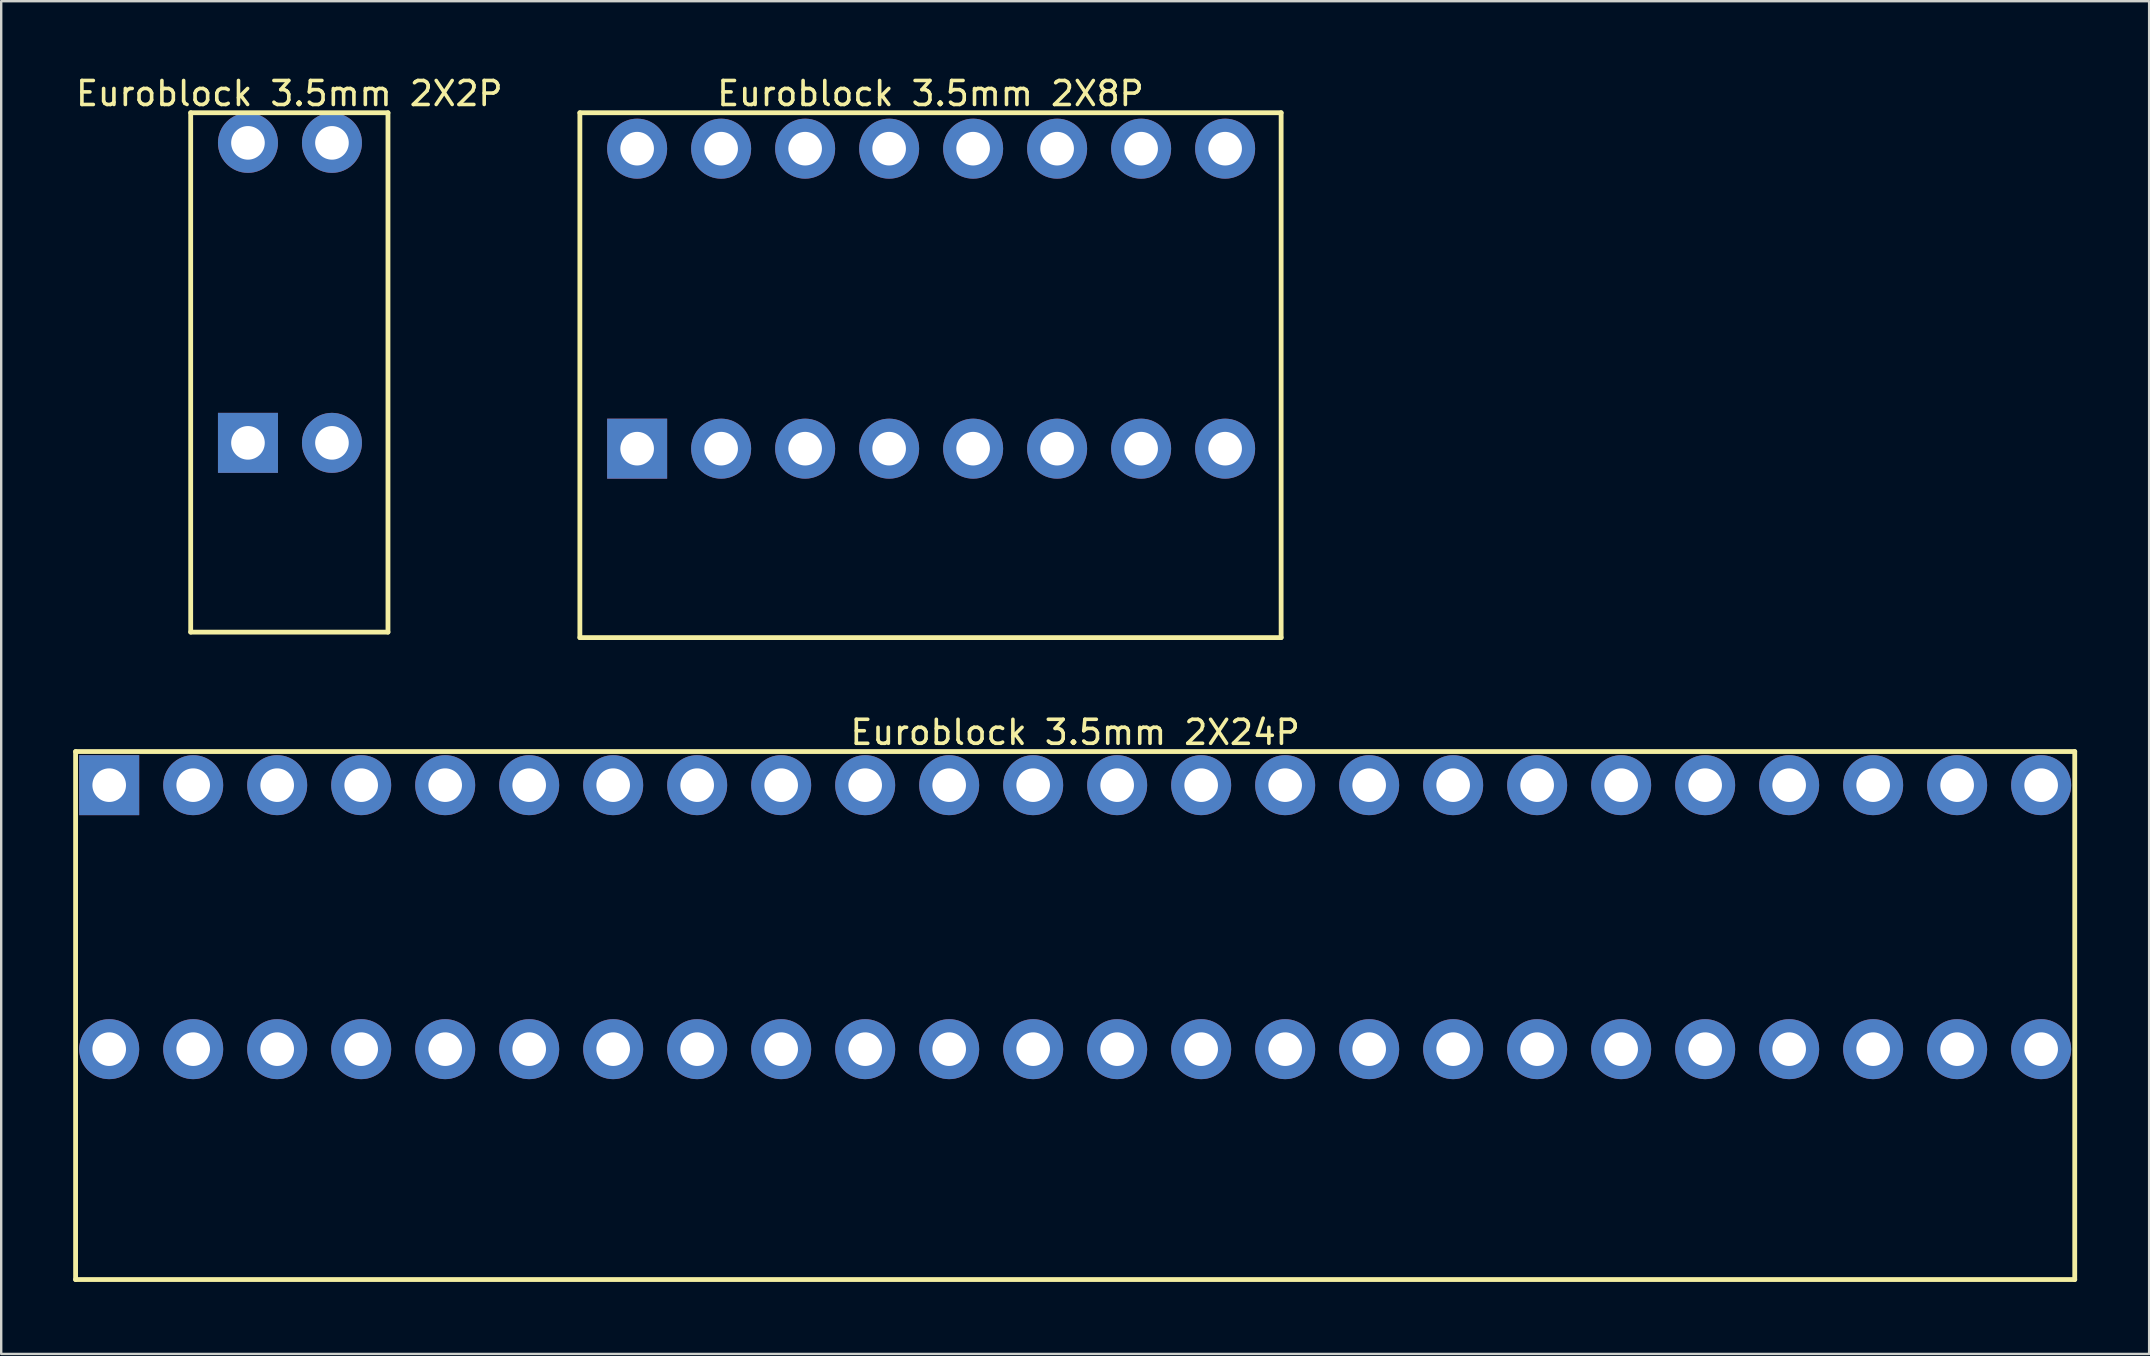
<source format=kicad_pcb>
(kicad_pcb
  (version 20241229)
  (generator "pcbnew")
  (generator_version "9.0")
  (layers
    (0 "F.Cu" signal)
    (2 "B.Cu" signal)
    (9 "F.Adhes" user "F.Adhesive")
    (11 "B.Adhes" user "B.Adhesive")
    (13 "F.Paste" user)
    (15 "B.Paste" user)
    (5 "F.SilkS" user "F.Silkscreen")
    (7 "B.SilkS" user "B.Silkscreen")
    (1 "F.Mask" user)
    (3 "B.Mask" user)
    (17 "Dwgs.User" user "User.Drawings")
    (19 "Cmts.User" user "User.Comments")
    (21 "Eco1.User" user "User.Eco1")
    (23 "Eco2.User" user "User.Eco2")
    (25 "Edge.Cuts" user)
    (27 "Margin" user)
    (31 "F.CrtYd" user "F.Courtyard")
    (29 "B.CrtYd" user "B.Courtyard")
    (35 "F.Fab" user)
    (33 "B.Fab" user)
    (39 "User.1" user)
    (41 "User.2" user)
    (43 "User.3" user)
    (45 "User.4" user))
  (footprint "Euroblock 3.5mm 2X8P"
    (layer "F.Cu")
    (at 35.748 9.395)
    (property "Reference" "Euroblock 3.5mm 2X8P" (at -0.026 -8.547 0) (layer "F.SilkS") (effects (font (size 1 1) (thickness 0.15))))
    (fp_line (start -14.636 -7.747) (end 14.584 -7.747) (stroke (width 0.2) (type solid)) (layer "F.SilkS"))
    (fp_line (start -14.636 14.122) (end -14.636 -7.747) (stroke (width 0.2) (type solid)) (layer "F.SilkS"))
    (fp_line (start -14.636 14.122) (end 14.584 14.122) (stroke (width 0.2) (type solid)) (layer "F.SilkS"))
    (fp_line (start 14.584 14.122) (end 14.584 -7.747) (stroke (width 0.2) (type solid)) (layer "F.SilkS"))
    (pad "1" thru_hole rect (at -12.25 6.25) (size 2.5 2.5) (drill 1.4) (layers "*.Cu" "*.Mask"))
    (pad "2" thru_hole circle (at -12.25 -6.25) (size 2.5 2.5) (drill 1.4) (layers "*.Cu" "*.Mask"))
    (pad "3" thru_hole circle (at -8.75 6.25) (size 2.5 2.5) (drill 1.4) (layers "*.Cu" "*.Mask"))
    (pad "4" thru_hole circle (at -8.75 -6.25) (size 2.5 2.5) (drill 1.4) (layers "*.Cu" "*.Mask"))
    (pad "5" thru_hole circle (at -5.25 6.25) (size 2.5 2.5) (drill 1.4) (layers "*.Cu" "*.Mask"))
    (pad "6" thru_hole circle (at -5.25 -6.25) (size 2.5 2.5) (drill 1.4) (layers "*.Cu" "*.Mask"))
    (pad "7" thru_hole circle (at -1.75 6.25) (size 2.5 2.5) (drill 1.4) (layers "*.Cu" "*.Mask"))
    (pad "8" thru_hole circle (at -1.75 -6.25) (size 2.5 2.5) (drill 1.4) (layers "*.Cu" "*.Mask"))
    (pad "9" thru_hole circle (at 1.75 6.25) (size 2.5 2.5) (drill 1.4) (layers "*.Cu" "*.Mask"))
    (pad "10" thru_hole circle (at 1.75 -6.25) (size 2.5 2.5) (drill 1.4) (layers "*.Cu" "*.Mask"))
    (pad "11" thru_hole circle (at 5.25 6.25) (size 2.5 2.5) (drill 1.4) (layers "*.Cu" "*.Mask"))
    (pad "12" thru_hole circle (at 5.25 -6.25) (size 2.5 2.5) (drill 1.4) (layers "*.Cu" "*.Mask"))
    (pad "13" thru_hole circle (at 8.75 6.25) (size 2.5 2.5) (drill 1.4) (layers "*.Cu" "*.Mask"))
    (pad "14" thru_hole circle (at 8.75 -6.25) (size 2.5 2.5) (drill 1.4) (layers "*.Cu" "*.Mask"))
    (pad "15" thru_hole circle (at 12.25 6.25) (size 2.5 2.5) (drill 1.4) (layers "*.Cu" "*.Mask"))
    (pad "16" thru_hole circle (at 12.25 -6.25) (size 2.5 2.5) (drill 1.4) (layers "*.Cu" "*.Mask")))
  (footprint "Euroblock 3.5mm 2X24P"
    (layer "F.Cu")
    (at 41.75 35.166)
    (property "Reference" "Euroblock 3.5mm 2X24P" (at 0 -7.7 0) (layer "F.SilkS") (effects (font (size 1 1) (thickness 0.15))))
    (fp_line (start -41.65 -6.9) (end 41.65 -6.9) (stroke (width 0.2) (type solid)) (layer "F.SilkS"))
    (fp_line (start -41.65 15.1) (end -41.65 -6.9) (stroke (width 0.2) (type solid)) (layer "F.SilkS"))
    (fp_line (start -41.65 15.1) (end 41.65 15.1) (stroke (width 0.2) (type solid)) (layer "F.SilkS"))
    (fp_line (start 41.65 15.1) (end 41.65 -6.9) (stroke (width 0.2) (type solid)) (layer "F.SilkS"))
    (pad "1" thru_hole rect (at -40.25 -5.5) (size 2.5 2.5) (drill 1.4) (layers "*.Cu" "*.Mask"))
    (pad "2" thru_hole circle (at -36.75 -5.5) (size 2.5 2.5) (drill 1.4) (layers "*.Cu" "*.Mask"))
    (pad "3" thru_hole circle (at -33.25 -5.5) (size 2.5 2.5) (drill 1.4) (layers "*.Cu" "*.Mask"))
    (pad "4" thru_hole circle (at -29.75 -5.5) (size 2.5 2.5) (drill 1.4) (layers "*.Cu" "*.Mask"))
    (pad "5" thru_hole circle (at -26.25 -5.5) (size 2.5 2.5) (drill 1.4) (layers "*.Cu" "*.Mask"))
    (pad "6" thru_hole circle (at -22.75 -5.5) (size 2.5 2.5) (drill 1.4) (layers "*.Cu" "*.Mask"))
    (pad "7" thru_hole circle (at -19.25 -5.5) (size 2.5 2.5) (drill 1.4) (layers "*.Cu" "*.Mask"))
    (pad "8" thru_hole circle (at -15.75 -5.5) (size 2.5 2.5) (drill 1.4) (layers "*.Cu" "*.Mask"))
    (pad "9" thru_hole circle (at -12.25 -5.5) (size 2.5 2.5) (drill 1.4) (layers "*.Cu" "*.Mask"))
    (pad "10" thru_hole circle (at -8.75 -5.5) (size 2.5 2.5) (drill 1.4) (layers "*.Cu" "*.Mask"))
    (pad "11" thru_hole circle (at -5.25 -5.5) (size 2.5 2.5) (drill 1.4) (layers "*.Cu" "*.Mask"))
    (pad "12" thru_hole circle (at -1.75 -5.5) (size 2.5 2.5) (drill 1.4) (layers "*.Cu" "*.Mask"))
    (pad "13" thru_hole circle (at 1.75 -5.5) (size 2.5 2.5) (drill 1.4) (layers "*.Cu" "*.Mask"))
    (pad "14" thru_hole circle (at 5.25 -5.5) (size 2.5 2.5) (drill 1.4) (layers "*.Cu" "*.Mask"))
    (pad "15" thru_hole circle (at 8.75 -5.5) (size 2.5 2.5) (drill 1.4) (layers "*.Cu" "*.Mask"))
    (pad "16" thru_hole circle (at 12.25 -5.5) (size 2.5 2.5) (drill 1.4) (layers "*.Cu" "*.Mask"))
    (pad "17" thru_hole circle (at 15.75 -5.5) (size 2.5 2.5) (drill 1.4) (layers "*.Cu" "*.Mask"))
    (pad "18" thru_hole circle (at 19.25 -5.5) (size 2.5 2.5) (drill 1.4) (layers "*.Cu" "*.Mask"))
    (pad "19" thru_hole circle (at 22.75 -5.5) (size 2.5 2.5) (drill 1.4) (layers "*.Cu" "*.Mask"))
    (pad "20" thru_hole circle (at 26.25 -5.5) (size 2.5 2.5) (drill 1.4) (layers "*.Cu" "*.Mask"))
    (pad "21" thru_hole circle (at 29.75 -5.5) (size 2.5 2.5) (drill 1.4) (layers "*.Cu" "*.Mask"))
    (pad "22" thru_hole circle (at 33.25 -5.5) (size 2.5 2.5) (drill 1.4) (layers "*.Cu" "*.Mask"))
    (pad "23" thru_hole circle (at 36.75 -5.5) (size 2.5 2.5) (drill 1.4) (layers "*.Cu" "*.Mask"))
    (pad "24" thru_hole circle (at 40.25 -5.5) (size 2.5 2.5) (drill 1.4) (layers "*.Cu" "*.Mask"))
    (pad "25" thru_hole circle (at -40.25 5.5) (size 2.5 2.5) (drill 1.4) (layers "*.Cu" "*.Mask"))
    (pad "26" thru_hole circle (at -36.75 5.5) (size 2.5 2.5) (drill 1.4) (layers "*.Cu" "*.Mask"))
    (pad "27" thru_hole circle (at -33.25 5.5) (size 2.5 2.5) (drill 1.4) (layers "*.Cu" "*.Mask"))
    (pad "28" thru_hole circle (at -29.75 5.5) (size 2.5 2.5) (drill 1.4) (layers "*.Cu" "*.Mask"))
    (pad "29" thru_hole circle (at -26.25 5.5) (size 2.5 2.5) (drill 1.4) (layers "*.Cu" "*.Mask"))
    (pad "30" thru_hole circle (at -22.75 5.5) (size 2.5 2.5) (drill 1.4) (layers "*.Cu" "*.Mask"))
    (pad "31" thru_hole circle (at -19.25 5.5) (size 2.5 2.5) (drill 1.4) (layers "*.Cu" "*.Mask"))
    (pad "32" thru_hole circle (at -15.75 5.5) (size 2.5 2.5) (drill 1.4) (layers "*.Cu" "*.Mask"))
    (pad "33" thru_hole circle (at -12.25 5.5) (size 2.5 2.5) (drill 1.4) (layers "*.Cu" "*.Mask"))
    (pad "34" thru_hole circle (at -8.75 5.5) (size 2.5 2.5) (drill 1.4) (layers "*.Cu" "*.Mask"))
    (pad "35" thru_hole circle (at -5.25 5.5) (size 2.5 2.5) (drill 1.4) (layers "*.Cu" "*.Mask"))
    (pad "36" thru_hole circle (at -1.75 5.5) (size 2.5 2.5) (drill 1.4) (layers "*.Cu" "*.Mask"))
    (pad "37" thru_hole circle (at 1.75 5.5) (size 2.5 2.5) (drill 1.4) (layers "*.Cu" "*.Mask"))
    (pad "38" thru_hole circle (at 5.25 5.5) (size 2.5 2.5) (drill 1.4) (layers "*.Cu" "*.Mask"))
    (pad "39" thru_hole circle (at 8.75 5.5) (size 2.5 2.5) (drill 1.4) (layers "*.Cu" "*.Mask"))
    (pad "40" thru_hole circle (at 12.25 5.5) (size 2.5 2.5) (drill 1.4) (layers "*.Cu" "*.Mask"))
    (pad "41" thru_hole circle (at 15.75 5.5) (size 2.5 2.5) (drill 1.4) (layers "*.Cu" "*.Mask"))
    (pad "42" thru_hole circle (at 19.25 5.5) (size 2.5 2.5) (drill 1.4) (layers "*.Cu" "*.Mask"))
    (pad "43" thru_hole circle (at 22.75 5.5) (size 2.5 2.5) (drill 1.4) (layers "*.Cu" "*.Mask"))
    (pad "44" thru_hole circle (at 26.25 5.5) (size 2.5 2.5) (drill 1.4) (layers "*.Cu" "*.Mask"))
    (pad "45" thru_hole circle (at 29.75 5.5) (size 2.5 2.5) (drill 1.4) (layers "*.Cu" "*.Mask"))
    (pad "46" thru_hole circle (at 33.25 5.5) (size 2.5 2.5) (drill 1.4) (layers "*.Cu" "*.Mask"))
    (pad "47" thru_hole circle (at 36.75 5.5) (size 2.5 2.5) (drill 1.4) (layers "*.Cu" "*.Mask"))
    (pad "48" thru_hole circle (at 40.25 5.5) (size 2.5 2.5) (drill 1.4) (layers "*.Cu" "*.Mask")))
  (footprint "Euroblock 3.5mm 2X2P"
    (layer "F.Cu")
    (at 9.032 9.153)
    (property "Reference" "Euroblock 3.5mm 2X2P" (at -0.026 -8.305 0) (layer "F.SilkS") (effects (font (size 1 1) (thickness 0.15))))
    (fp_line (start -4.136 -7.505) (end 4.084 -7.505) (stroke (width 0.2) (type solid)) (layer "F.SilkS"))
    (fp_line (start -4.136 14.136) (end -4.136 -7.505) (stroke (width 0.2) (type solid)) (layer "F.SilkS"))
    (fp_line (start -4.136 14.136) (end 4.084 14.136) (stroke (width 0.2) (type solid)) (layer "F.SilkS"))
    (fp_line (start 4.084 14.136) (end 4.084 -7.505) (stroke (width 0.2) (type solid)) (layer "F.SilkS"))
    (pad "1" thru_hole rect (at -1.75 6.25) (size 2.5 2.5) (drill 1.4) (layers "*.Cu" "*.Mask"))
    (pad "2" thru_hole circle (at -1.75 -6.25) (size 2.5 2.5) (drill 1.4) (layers "*.Cu" "*.Mask"))
    (pad "3" thru_hole circle (at 1.75 6.25) (size 2.5 2.5) (drill 1.4) (layers "*.Cu" "*.Mask"))
    (pad "4" thru_hole circle (at 1.75 -6.25) (size 2.5 2.5) (drill 1.4) (layers "*.Cu" "*.Mask")))
  (gr_rect
    (start -3 -3)
    (end 86.5 53.366)
    (stroke (width 0.1) (type default))
    (fill no)
    (layer "Edge.Cuts")))
</source>
